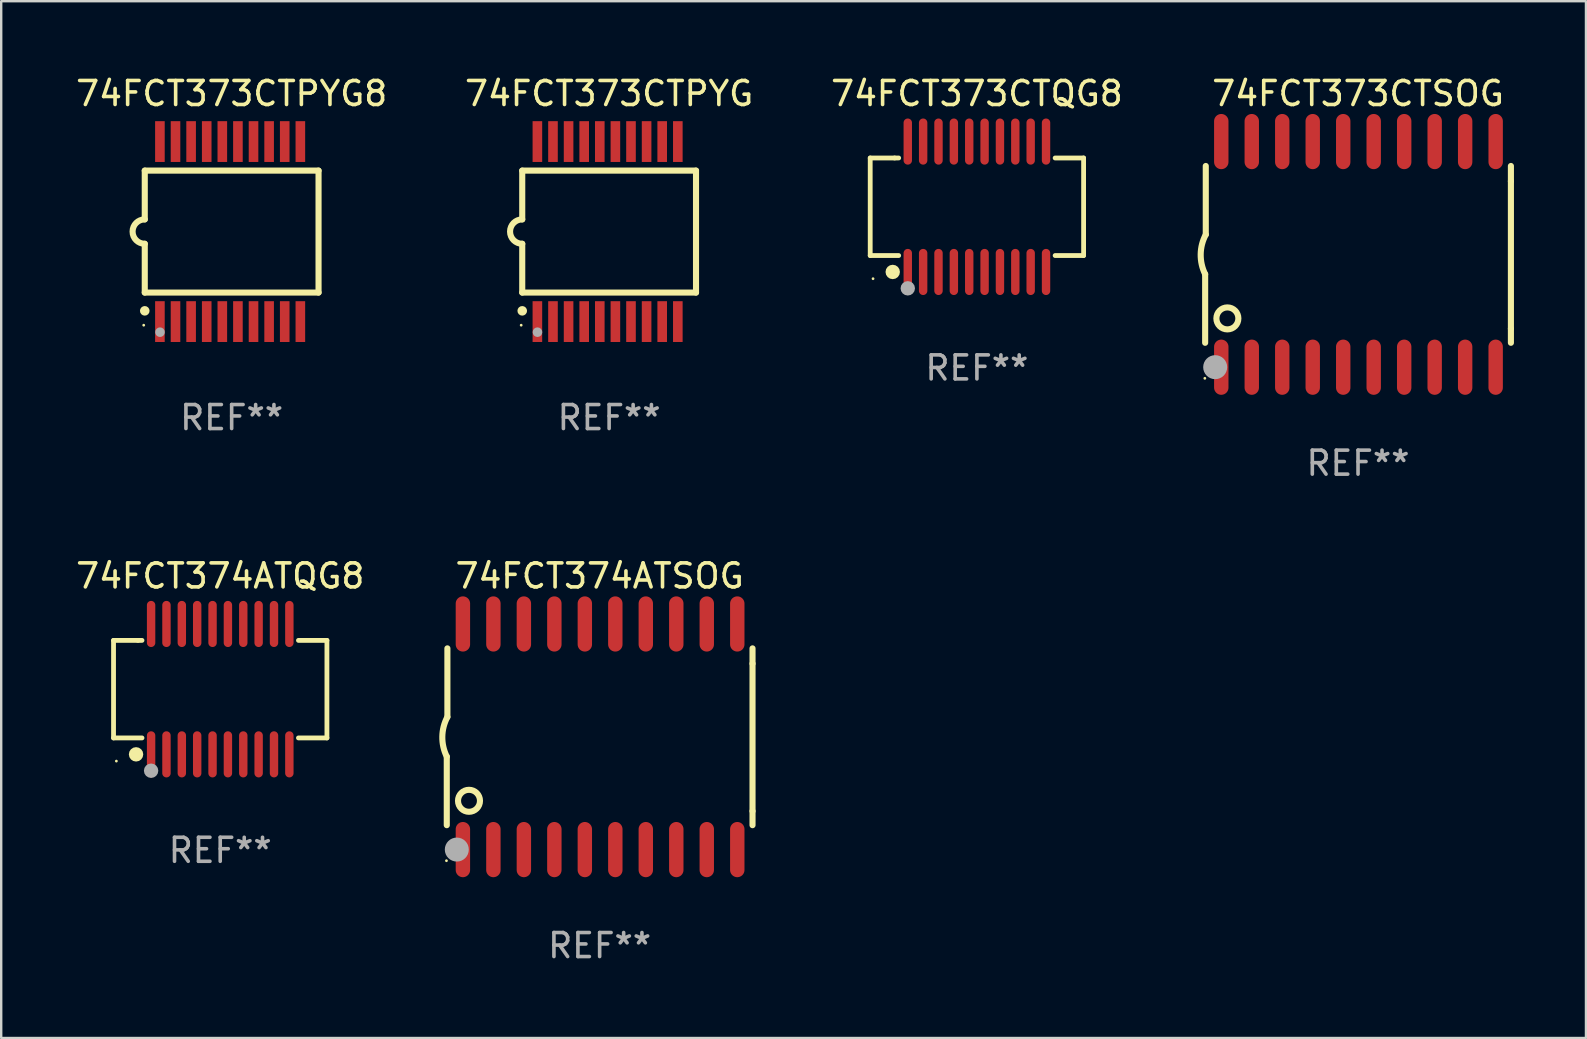
<source format=kicad_pcb>
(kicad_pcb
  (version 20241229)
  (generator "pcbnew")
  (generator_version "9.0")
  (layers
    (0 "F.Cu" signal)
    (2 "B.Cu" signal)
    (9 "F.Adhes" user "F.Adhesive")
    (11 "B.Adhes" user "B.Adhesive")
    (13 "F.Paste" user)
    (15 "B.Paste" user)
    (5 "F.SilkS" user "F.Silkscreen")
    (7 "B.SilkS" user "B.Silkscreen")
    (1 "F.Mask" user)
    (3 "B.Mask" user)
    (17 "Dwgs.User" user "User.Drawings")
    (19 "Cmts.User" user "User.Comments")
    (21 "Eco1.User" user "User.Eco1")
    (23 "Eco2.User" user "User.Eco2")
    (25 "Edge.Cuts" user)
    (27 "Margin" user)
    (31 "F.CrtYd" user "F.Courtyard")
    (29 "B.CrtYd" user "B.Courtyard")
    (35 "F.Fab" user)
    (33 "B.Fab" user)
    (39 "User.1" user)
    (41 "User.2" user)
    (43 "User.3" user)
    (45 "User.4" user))
  (footprint "74FCT373CTSOG"
    (layer "F.Cu")
    (at 53.527 7.548)
    (property "Reference" "74FCT373CTSOG" (at 0 -6.7 0) (layer "F.SilkS") (effects (font (size 1 1) (thickness 0.15))))
    (attr through_hole)
    (fp_line (start -6.369 0.826) (end -6.369 3.683) (stroke (width 0.254) (type solid)) (layer "F.SilkS"))
    (fp_line (start -6.343 -0.825) (end -6.343 -3.683) (stroke (width 0.254) (type solid)) (layer "F.SilkS"))
    (fp_line (start 6.369 -3.048) (end 6.369 -3.683) (stroke (width 0.254) (type solid)) (layer "F.SilkS"))
    (fp_line (start 6.369 -3.048) (end 6.369 3.096) (stroke (width 0.254) (type solid)) (layer "F.SilkS"))
    (fp_line (start 6.369 3.096) (end 6.369 3.683) (stroke (width 0.254) (type solid)) (layer "F.SilkS"))
    (fp_arc (start -6.36853 0.825552) (mid -6.554743 -0.00301) (end -6.343129 -0.825451) (stroke (width 0.254001) (type solid)) (layer "F.SilkS"))
    (fp_circle (center -6.382 5.163) (end -6.352 5.163) (stroke (width 0.06) (type solid)) (fill no) (layer "F.SilkS"))
    (fp_circle (center -5.443 2.667) (end -4.985 2.667) (stroke (width 0.254) (type solid)) (fill no) (layer "F.SilkS"))
    (fp_circle (center -5.951 4.699) (end -5.701 4.699) (stroke (width 0.5) (type solid)) (fill no) (layer "F.Fab"))
    (fp_text user "REF**" (at 0 8.7 0) (layer "F.Fab") (effects (font (size 1 1) (thickness 0.15))))
    (pad "1" smd oval (at -5.697 4.7 180) (size 0.6 2.3) (layers "F.Cu" "F.Mask" "F.Paste"))
    (pad "2" smd oval (at -4.427 4.7 180) (size 0.6 2.3) (layers "F.Cu" "F.Mask" "F.Paste"))
    (pad "3" smd oval (at -3.157 4.7 180) (size 0.6 2.3) (layers "F.Cu" "F.Mask" "F.Paste"))
    (pad "4" smd oval (at -1.887 4.7 180) (size 0.6 2.3) (layers "F.Cu" "F.Mask" "F.Paste"))
    (pad "5" smd oval (at -0.617 4.7 180) (size 0.6 2.3) (layers "F.Cu" "F.Mask" "F.Paste"))
    (pad "6" smd oval (at 0.653 4.7 180) (size 0.6 2.3) (layers "F.Cu" "F.Mask" "F.Paste"))
    (pad "7" smd oval (at 1.923 4.7 180) (size 0.6 2.3) (layers "F.Cu" "F.Mask" "F.Paste"))
    (pad "8" smd oval (at 3.193 4.7 180) (size 0.6 2.3) (layers "F.Cu" "F.Mask" "F.Paste"))
    (pad "9" smd oval (at 4.463 4.7 180) (size 0.6 2.3) (layers "F.Cu" "F.Mask" "F.Paste"))
    (pad "10" smd oval (at 5.734 4.7 180) (size 0.6 2.3) (layers "F.Cu" "F.Mask" "F.Paste"))
    (pad "11" smd oval (at 5.734 -4.7 180) (size 0.6 2.3) (layers "F.Cu" "F.Mask" "F.Paste"))
    (pad "12" smd oval (at 4.463 -4.7 180) (size 0.6 2.3) (layers "F.Cu" "F.Mask" "F.Paste"))
    (pad "13" smd oval (at 3.193 -4.7 180) (size 0.6 2.3) (layers "F.Cu" "F.Mask" "F.Paste"))
    (pad "14" smd oval (at 1.923 -4.7 180) (size 0.6 2.3) (layers "F.Cu" "F.Mask" "F.Paste"))
    (pad "15" smd oval (at 0.653 -4.7 180) (size 0.6 2.3) (layers "F.Cu" "F.Mask" "F.Paste"))
    (pad "16" smd oval (at -0.617 -4.7 180) (size 0.6 2.3) (layers "F.Cu" "F.Mask" "F.Paste"))
    (pad "17" smd oval (at -1.887 -4.7 180) (size 0.6 2.3) (layers "F.Cu" "F.Mask" "F.Paste"))
    (pad "18" smd oval (at -3.157 -4.7 180) (size 0.6 2.3) (layers "F.Cu" "F.Mask" "F.Paste"))
    (pad "19" smd oval (at -4.427 -4.7 180) (size 0.6 2.3) (layers "F.Cu" "F.Mask" "F.Paste"))
    (pad "20" smd oval (at -5.697 -4.7 180) (size 0.6 2.3) (layers "F.Cu" "F.Mask" "F.Paste")))
  (footprint "74FCT374ATSOG"
    (layer "F.Cu")
    (at 21.932 27.645)
    (property "Reference" "74FCT374ATSOG" (at 0 -6.7 0) (layer "F.SilkS") (effects (font (size 1 1) (thickness 0.15))))
    (attr through_hole)
    (fp_line (start -6.369 0.826) (end -6.369 3.683) (stroke (width 0.254) (type solid)) (layer "F.SilkS"))
    (fp_line (start -6.343 -0.825) (end -6.343 -3.683) (stroke (width 0.254) (type solid)) (layer "F.SilkS"))
    (fp_line (start 6.369 -3.048) (end 6.369 -3.683) (stroke (width 0.254) (type solid)) (layer "F.SilkS"))
    (fp_line (start 6.369 -3.048) (end 6.369 3.096) (stroke (width 0.254) (type solid)) (layer "F.SilkS"))
    (fp_line (start 6.369 3.096) (end 6.369 3.683) (stroke (width 0.254) (type solid)) (layer "F.SilkS"))
    (fp_arc (start -6.36853 0.825552) (mid -6.554743 -0.00301) (end -6.343129 -0.825451) (stroke (width 0.254001) (type solid)) (layer "F.SilkS"))
    (fp_circle (center -6.382 5.163) (end -6.352 5.163) (stroke (width 0.06) (type solid)) (fill no) (layer "F.SilkS"))
    (fp_circle (center -5.443 2.667) (end -4.985 2.667) (stroke (width 0.254) (type solid)) (fill no) (layer "F.SilkS"))
    (fp_circle (center -5.951 4.699) (end -5.701 4.699) (stroke (width 0.5) (type solid)) (fill no) (layer "F.Fab"))
    (fp_text user "REF**" (at 0 8.7 0) (layer "F.Fab") (effects (font (size 1 1) (thickness 0.15))))
    (pad "1" smd oval (at -5.697 4.7 180) (size 0.6 2.3) (layers "F.Cu" "F.Mask" "F.Paste"))
    (pad "2" smd oval (at -4.427 4.7 180) (size 0.6 2.3) (layers "F.Cu" "F.Mask" "F.Paste"))
    (pad "3" smd oval (at -3.157 4.7 180) (size 0.6 2.3) (layers "F.Cu" "F.Mask" "F.Paste"))
    (pad "4" smd oval (at -1.887 4.7 180) (size 0.6 2.3) (layers "F.Cu" "F.Mask" "F.Paste"))
    (pad "5" smd oval (at -0.617 4.7 180) (size 0.6 2.3) (layers "F.Cu" "F.Mask" "F.Paste"))
    (pad "6" smd oval (at 0.653 4.7 180) (size 0.6 2.3) (layers "F.Cu" "F.Mask" "F.Paste"))
    (pad "7" smd oval (at 1.923 4.7 180) (size 0.6 2.3) (layers "F.Cu" "F.Mask" "F.Paste"))
    (pad "8" smd oval (at 3.193 4.7 180) (size 0.6 2.3) (layers "F.Cu" "F.Mask" "F.Paste"))
    (pad "9" smd oval (at 4.463 4.7 180) (size 0.6 2.3) (layers "F.Cu" "F.Mask" "F.Paste"))
    (pad "10" smd oval (at 5.734 4.7 180) (size 0.6 2.3) (layers "F.Cu" "F.Mask" "F.Paste"))
    (pad "11" smd oval (at 5.734 -4.7 180) (size 0.6 2.3) (layers "F.Cu" "F.Mask" "F.Paste"))
    (pad "12" smd oval (at 4.463 -4.7 180) (size 0.6 2.3) (layers "F.Cu" "F.Mask" "F.Paste"))
    (pad "13" smd oval (at 3.193 -4.7 180) (size 0.6 2.3) (layers "F.Cu" "F.Mask" "F.Paste"))
    (pad "14" smd oval (at 1.923 -4.7 180) (size 0.6 2.3) (layers "F.Cu" "F.Mask" "F.Paste"))
    (pad "15" smd oval (at 0.653 -4.7 180) (size 0.6 2.3) (layers "F.Cu" "F.Mask" "F.Paste"))
    (pad "16" smd oval (at -0.617 -4.7 180) (size 0.6 2.3) (layers "F.Cu" "F.Mask" "F.Paste"))
    (pad "17" smd oval (at -1.887 -4.7 180) (size 0.6 2.3) (layers "F.Cu" "F.Mask" "F.Paste"))
    (pad "18" smd oval (at -3.157 -4.7 180) (size 0.6 2.3) (layers "F.Cu" "F.Mask" "F.Paste"))
    (pad "19" smd oval (at -4.427 -4.7 180) (size 0.6 2.3) (layers "F.Cu" "F.Mask" "F.Paste"))
    (pad "20" smd oval (at -5.697 -4.7 180) (size 0.6 2.3) (layers "F.Cu" "F.Mask" "F.Paste")))
  (footprint "74FCT374ATQG8"
    (layer "F.Cu")
    (at 6.125 25.661)
    (property "Reference" "74FCT374ATQG8" (at 0 -4.716 0) (layer "F.SilkS") (effects (font (size 1 1) (thickness 0.15))))
    (attr through_hole)
    (fp_line (start -4.445 -2.032) (end -4.445 2.032) (stroke (width 0.2) (type solid)) (layer "F.SilkS"))
    (fp_line (start -4.445 2.032) (end -3.259 2.032) (stroke (width 0.2) (type solid)) (layer "F.SilkS"))
    (fp_line (start -3.429 -2.032) (end -4.445 -2.032) (stroke (width 0.2) (type solid)) (layer "F.SilkS"))
    (fp_line (start -3.259 -2.032) (end -3.429 -2.032) (stroke (width 0.2) (type solid)) (layer "F.SilkS"))
    (fp_line (start 3.259 2.032) (end 4.445 2.032) (stroke (width 0.2) (type solid)) (layer "F.SilkS"))
    (fp_line (start 4.445 -2.032) (end 3.259 -2.032) (stroke (width 0.2) (type solid)) (layer "F.SilkS"))
    (fp_line (start 4.445 2.032) (end 4.445 -2.032) (stroke (width 0.2) (type solid)) (layer "F.SilkS"))
    (fp_circle (center -4.327 2.997) (end -4.297 2.997) (stroke (width 0.06) (type solid)) (fill no) (layer "F.SilkS"))
    (fp_circle (center -3.507 2.716) (end -3.357 2.716) (stroke (width 0.3) (type solid)) (fill no) (layer "F.SilkS"))
    (fp_circle (center -2.88 3.398) (end -2.73 3.398) (stroke (width 0.3) (type solid)) (fill no) (layer "F.Fab"))
    (fp_text user "REF**" (at 0 6.716 0) (layer "F.Fab") (effects (font (size 1 1) (thickness 0.15))))
    (pad "1" smd oval (at -2.88 2.716) (size 0.35 1.922) (layers "F.Cu" "F.Mask" "F.Paste"))
    (pad "2" smd oval (at -2.24 2.716) (size 0.35 1.922) (layers "F.Cu" "F.Mask" "F.Paste"))
    (pad "3" smd oval (at -1.6 2.716) (size 0.35 1.922) (layers "F.Cu" "F.Mask" "F.Paste"))
    (pad "4" smd oval (at -0.96 2.716) (size 0.35 1.922) (layers "F.Cu" "F.Mask" "F.Paste"))
    (pad "5" smd oval (at -0.32 2.716) (size 0.35 1.922) (layers "F.Cu" "F.Mask" "F.Paste"))
    (pad "6" smd oval (at 0.32 2.716) (size 0.35 1.922) (layers "F.Cu" "F.Mask" "F.Paste"))
    (pad "7" smd oval (at 0.96 2.716) (size 0.35 1.922) (layers "F.Cu" "F.Mask" "F.Paste"))
    (pad "8" smd oval (at 1.6 2.716) (size 0.35 1.922) (layers "F.Cu" "F.Mask" "F.Paste"))
    (pad "9" smd oval (at 2.24 2.716) (size 0.35 1.922) (layers "F.Cu" "F.Mask" "F.Paste"))
    (pad "10" smd oval (at 2.88 2.716) (size 0.35 1.922) (layers "F.Cu" "F.Mask" "F.Paste"))
    (pad "11" smd oval (at 2.88 -2.716) (size 0.35 1.922) (layers "F.Cu" "F.Mask" "F.Paste"))
    (pad "12" smd oval (at 2.24 -2.716) (size 0.35 1.922) (layers "F.Cu" "F.Mask" "F.Paste"))
    (pad "13" smd oval (at 1.6 -2.716) (size 0.35 1.922) (layers "F.Cu" "F.Mask" "F.Paste"))
    (pad "14" smd oval (at 0.96 -2.716) (size 0.35 1.922) (layers "F.Cu" "F.Mask" "F.Paste"))
    (pad "15" smd oval (at 0.32 -2.716) (size 0.35 1.922) (layers "F.Cu" "F.Mask" "F.Paste"))
    (pad "16" smd oval (at -0.32 -2.716) (size 0.35 1.922) (layers "F.Cu" "F.Mask" "F.Paste"))
    (pad "17" smd oval (at -0.96 -2.716) (size 0.35 1.922) (layers "F.Cu" "F.Mask" "F.Paste"))
    (pad "18" smd oval (at -1.6 -2.716) (size 0.35 1.922) (layers "F.Cu" "F.Mask" "F.Paste"))
    (pad "19" smd oval (at -2.24 -2.716) (size 0.35 1.922) (layers "F.Cu" "F.Mask" "F.Paste"))
    (pad "20" smd oval (at -2.88 -2.716) (size 0.35 1.922) (layers "F.Cu" "F.Mask" "F.Paste")))
  (footprint "74FCT373CTPYG"
    (layer "F.Cu")
    (at 22.327 6.598)
    (property "Reference" "74FCT373CTPYG" (at 0 -5.75 0) (layer "F.SilkS") (effects (font (size 1 1) (thickness 0.15))))
    (attr through_hole)
    (fp_line (start -3.62 -2.54) (end 3.62 -2.54) (stroke (width 0.254) (type solid)) (layer "F.SilkS"))
    (fp_line (start -3.62 -0.508) (end -3.62 -2.54) (stroke (width 0.254) (type solid)) (layer "F.SilkS"))
    (fp_line (start -3.62 2.54) (end -3.62 0.508) (stroke (width 0.254) (type solid)) (layer "F.SilkS"))
    (fp_line (start 3.62 -2.54) (end 3.62 2.54) (stroke (width 0.254) (type solid)) (layer "F.SilkS"))
    (fp_line (start 3.62 2.54) (end -3.62 2.54) (stroke (width 0.254) (type solid)) (layer "F.SilkS"))
    (fp_arc (start -3.619507 0.508052) (mid -4.125607 0.000051) (end -3.619507 -0.50795) (stroke (width 0.254001) (type solid)) (layer "F.SilkS"))
    (fp_circle (center -3.664 3.9) (end -3.634 3.9) (stroke (width 0.06) (type solid)) (fill no) (layer "F.SilkS"))
    (fp_circle (center -3.62 3.302) (end -3.52 3.302) (stroke (width 0.2) (type solid)) (fill no) (layer "F.SilkS"))
    (fp_circle (center -2.985 4.191) (end -2.885 4.191) (stroke (width 0.2) (type solid)) (fill no) (layer "F.Fab"))
    (fp_text user "REF**" (at 0 7.75 0) (layer "F.Fab") (effects (font (size 1 1) (thickness 0.15))))
    (pad "1" smd rect (at -2.989 3.75) (size 0.4 1.7) (layers "F.Cu" "F.Mask" "F.Paste"))
    (pad "2" smd rect (at -2.339 3.75) (size 0.4 1.7) (layers "F.Cu" "F.Mask" "F.Paste"))
    (pad "3" smd rect (at -1.689 3.75) (size 0.4 1.7) (layers "F.Cu" "F.Mask" "F.Paste"))
    (pad "4" smd rect (at -1.039 3.75) (size 0.4 1.7) (layers "F.Cu" "F.Mask" "F.Paste"))
    (pad "5" smd rect (at -0.389 3.75) (size 0.4 1.7) (layers "F.Cu" "F.Mask" "F.Paste"))
    (pad "6" smd rect (at 0.261 3.75) (size 0.4 1.7) (layers "F.Cu" "F.Mask" "F.Paste"))
    (pad "7" smd rect (at 0.911 3.75) (size 0.4 1.7) (layers "F.Cu" "F.Mask" "F.Paste"))
    (pad "8" smd rect (at 1.561 3.75) (size 0.4 1.7) (layers "F.Cu" "F.Mask" "F.Paste"))
    (pad "9" smd rect (at 2.211 3.75) (size 0.4 1.7) (layers "F.Cu" "F.Mask" "F.Paste"))
    (pad "10" smd rect (at 2.862 3.75) (size 0.4 1.7) (layers "F.Cu" "F.Mask" "F.Paste"))
    (pad "11" smd rect (at 2.862 -3.75) (size 0.4 1.7) (layers "F.Cu" "F.Mask" "F.Paste"))
    (pad "12" smd rect (at 2.211 -3.75) (size 0.4 1.7) (layers "F.Cu" "F.Mask" "F.Paste"))
    (pad "13" smd rect (at 1.561 -3.75) (size 0.4 1.7) (layers "F.Cu" "F.Mask" "F.Paste"))
    (pad "14" smd rect (at 0.911 -3.75) (size 0.4 1.7) (layers "F.Cu" "F.Mask" "F.Paste"))
    (pad "15" smd rect (at 0.261 -3.75) (size 0.4 1.7) (layers "F.Cu" "F.Mask" "F.Paste"))
    (pad "16" smd rect (at -0.389 -3.75) (size 0.4 1.7) (layers "F.Cu" "F.Mask" "F.Paste"))
    (pad "17" smd rect (at -1.039 -3.75) (size 0.4 1.7) (layers "F.Cu" "F.Mask" "F.Paste"))
    (pad "18" smd rect (at -1.689 -3.75) (size 0.4 1.7) (layers "F.Cu" "F.Mask" "F.Paste"))
    (pad "19" smd rect (at -2.339 -3.75) (size 0.4 1.7) (layers "F.Cu" "F.Mask" "F.Paste"))
    (pad "20" smd rect (at -2.989 -3.75) (size 0.4 1.7) (layers "F.Cu" "F.Mask" "F.Paste")))
  (footprint "74FCT373CTPYG8"
    (layer "F.Cu")
    (at 6.601 6.598)
    (property "Reference" "74FCT373CTPYG8" (at 0 -5.75 0) (layer "F.SilkS") (effects (font (size 1 1) (thickness 0.15))))
    (attr through_hole)
    (fp_line (start -3.62 -2.54) (end 3.62 -2.54) (stroke (width 0.254) (type solid)) (layer "F.SilkS"))
    (fp_line (start -3.62 -0.508) (end -3.62 -2.54) (stroke (width 0.254) (type solid)) (layer "F.SilkS"))
    (fp_line (start -3.62 2.54) (end -3.62 0.508) (stroke (width 0.254) (type solid)) (layer "F.SilkS"))
    (fp_line (start 3.62 -2.54) (end 3.62 2.54) (stroke (width 0.254) (type solid)) (layer "F.SilkS"))
    (fp_line (start 3.62 2.54) (end -3.62 2.54) (stroke (width 0.254) (type solid)) (layer "F.SilkS"))
    (fp_arc (start -3.619507 0.508052) (mid -4.125607 0.000051) (end -3.619507 -0.50795) (stroke (width 0.254001) (type solid)) (layer "F.SilkS"))
    (fp_circle (center -3.664 3.9) (end -3.634 3.9) (stroke (width 0.06) (type solid)) (fill no) (layer "F.SilkS"))
    (fp_circle (center -3.62 3.302) (end -3.52 3.302) (stroke (width 0.2) (type solid)) (fill no) (layer "F.SilkS"))
    (fp_circle (center -2.985 4.191) (end -2.885 4.191) (stroke (width 0.2) (type solid)) (fill no) (layer "F.Fab"))
    (fp_text user "REF**" (at 0 7.75 0) (layer "F.Fab") (effects (font (size 1 1) (thickness 0.15))))
    (pad "1" smd rect (at -2.989 3.75) (size 0.4 1.7) (layers "F.Cu" "F.Mask" "F.Paste"))
    (pad "2" smd rect (at -2.339 3.75) (size 0.4 1.7) (layers "F.Cu" "F.Mask" "F.Paste"))
    (pad "3" smd rect (at -1.689 3.75) (size 0.4 1.7) (layers "F.Cu" "F.Mask" "F.Paste"))
    (pad "4" smd rect (at -1.039 3.75) (size 0.4 1.7) (layers "F.Cu" "F.Mask" "F.Paste"))
    (pad "5" smd rect (at -0.389 3.75) (size 0.4 1.7) (layers "F.Cu" "F.Mask" "F.Paste"))
    (pad "6" smd rect (at 0.261 3.75) (size 0.4 1.7) (layers "F.Cu" "F.Mask" "F.Paste"))
    (pad "7" smd rect (at 0.911 3.75) (size 0.4 1.7) (layers "F.Cu" "F.Mask" "F.Paste"))
    (pad "8" smd rect (at 1.561 3.75) (size 0.4 1.7) (layers "F.Cu" "F.Mask" "F.Paste"))
    (pad "9" smd rect (at 2.211 3.75) (size 0.4 1.7) (layers "F.Cu" "F.Mask" "F.Paste"))
    (pad "10" smd rect (at 2.862 3.75) (size 0.4 1.7) (layers "F.Cu" "F.Mask" "F.Paste"))
    (pad "11" smd rect (at 2.862 -3.75) (size 0.4 1.7) (layers "F.Cu" "F.Mask" "F.Paste"))
    (pad "12" smd rect (at 2.211 -3.75) (size 0.4 1.7) (layers "F.Cu" "F.Mask" "F.Paste"))
    (pad "13" smd rect (at 1.561 -3.75) (size 0.4 1.7) (layers "F.Cu" "F.Mask" "F.Paste"))
    (pad "14" smd rect (at 0.911 -3.75) (size 0.4 1.7) (layers "F.Cu" "F.Mask" "F.Paste"))
    (pad "15" smd rect (at 0.261 -3.75) (size 0.4 1.7) (layers "F.Cu" "F.Mask" "F.Paste"))
    (pad "16" smd rect (at -0.389 -3.75) (size 0.4 1.7) (layers "F.Cu" "F.Mask" "F.Paste"))
    (pad "17" smd rect (at -1.039 -3.75) (size 0.4 1.7) (layers "F.Cu" "F.Mask" "F.Paste"))
    (pad "18" smd rect (at -1.689 -3.75) (size 0.4 1.7) (layers "F.Cu" "F.Mask" "F.Paste"))
    (pad "19" smd rect (at -2.339 -3.75) (size 0.4 1.7) (layers "F.Cu" "F.Mask" "F.Paste"))
    (pad "20" smd rect (at -2.989 -3.75) (size 0.4 1.7) (layers "F.Cu" "F.Mask" "F.Paste")))
  (footprint "74FCT373CTQG8"
    (layer "F.Cu")
    (at 37.649 5.564)
    (property "Reference" "74FCT373CTQG8" (at 0 -4.716 0) (layer "F.SilkS") (effects (font (size 1 1) (thickness 0.15))))
    (attr through_hole)
    (fp_line (start -4.445 -2.032) (end -4.445 2.032) (stroke (width 0.2) (type solid)) (layer "F.SilkS"))
    (fp_line (start -4.445 2.032) (end -3.259 2.032) (stroke (width 0.2) (type solid)) (layer "F.SilkS"))
    (fp_line (start -3.429 -2.032) (end -4.445 -2.032) (stroke (width 0.2) (type solid)) (layer "F.SilkS"))
    (fp_line (start -3.259 -2.032) (end -3.429 -2.032) (stroke (width 0.2) (type solid)) (layer "F.SilkS"))
    (fp_line (start 3.259 2.032) (end 4.445 2.032) (stroke (width 0.2) (type solid)) (layer "F.SilkS"))
    (fp_line (start 4.445 -2.032) (end 3.259 -2.032) (stroke (width 0.2) (type solid)) (layer "F.SilkS"))
    (fp_line (start 4.445 2.032) (end 4.445 -2.032) (stroke (width 0.2) (type solid)) (layer "F.SilkS"))
    (fp_circle (center -4.327 2.997) (end -4.297 2.997) (stroke (width 0.06) (type solid)) (fill no) (layer "F.SilkS"))
    (fp_circle (center -3.507 2.716) (end -3.357 2.716) (stroke (width 0.3) (type solid)) (fill no) (layer "F.SilkS"))
    (fp_circle (center -2.88 3.398) (end -2.73 3.398) (stroke (width 0.3) (type solid)) (fill no) (layer "F.Fab"))
    (fp_text user "REF**" (at 0 6.716 0) (layer "F.Fab") (effects (font (size 1 1) (thickness 0.15))))
    (pad "1" smd oval (at -2.88 2.716) (size 0.35 1.922) (layers "F.Cu" "F.Mask" "F.Paste"))
    (pad "2" smd oval (at -2.24 2.716) (size 0.35 1.922) (layers "F.Cu" "F.Mask" "F.Paste"))
    (pad "3" smd oval (at -1.6 2.716) (size 0.35 1.922) (layers "F.Cu" "F.Mask" "F.Paste"))
    (pad "4" smd oval (at -0.96 2.716) (size 0.35 1.922) (layers "F.Cu" "F.Mask" "F.Paste"))
    (pad "5" smd oval (at -0.32 2.716) (size 0.35 1.922) (layers "F.Cu" "F.Mask" "F.Paste"))
    (pad "6" smd oval (at 0.32 2.716) (size 0.35 1.922) (layers "F.Cu" "F.Mask" "F.Paste"))
    (pad "7" smd oval (at 0.96 2.716) (size 0.35 1.922) (layers "F.Cu" "F.Mask" "F.Paste"))
    (pad "8" smd oval (at 1.6 2.716) (size 0.35 1.922) (layers "F.Cu" "F.Mask" "F.Paste"))
    (pad "9" smd oval (at 2.24 2.716) (size 0.35 1.922) (layers "F.Cu" "F.Mask" "F.Paste"))
    (pad "10" smd oval (at 2.88 2.716) (size 0.35 1.922) (layers "F.Cu" "F.Mask" "F.Paste"))
    (pad "11" smd oval (at 2.88 -2.716) (size 0.35 1.922) (layers "F.Cu" "F.Mask" "F.Paste"))
    (pad "12" smd oval (at 2.24 -2.716) (size 0.35 1.922) (layers "F.Cu" "F.Mask" "F.Paste"))
    (pad "13" smd oval (at 1.6 -2.716) (size 0.35 1.922) (layers "F.Cu" "F.Mask" "F.Paste"))
    (pad "14" smd oval (at 0.96 -2.716) (size 0.35 1.922) (layers "F.Cu" "F.Mask" "F.Paste"))
    (pad "15" smd oval (at 0.32 -2.716) (size 0.35 1.922) (layers "F.Cu" "F.Mask" "F.Paste"))
    (pad "16" smd oval (at -0.32 -2.716) (size 0.35 1.922) (layers "F.Cu" "F.Mask" "F.Paste"))
    (pad "17" smd oval (at -0.96 -2.716) (size 0.35 1.922) (layers "F.Cu" "F.Mask" "F.Paste"))
    (pad "18" smd oval (at -1.6 -2.716) (size 0.35 1.922) (layers "F.Cu" "F.Mask" "F.Paste"))
    (pad "19" smd oval (at -2.24 -2.716) (size 0.35 1.922) (layers "F.Cu" "F.Mask" "F.Paste"))
    (pad "20" smd oval (at -2.88 -2.716) (size 0.35 1.922) (layers "F.Cu" "F.Mask" "F.Paste")))
  (gr_rect
    (start -3 -3)
    (end 63.023 40.193)
    (stroke (width 0.1) (type default))
    (fill no)
    (layer "Edge.Cuts")))
</source>
